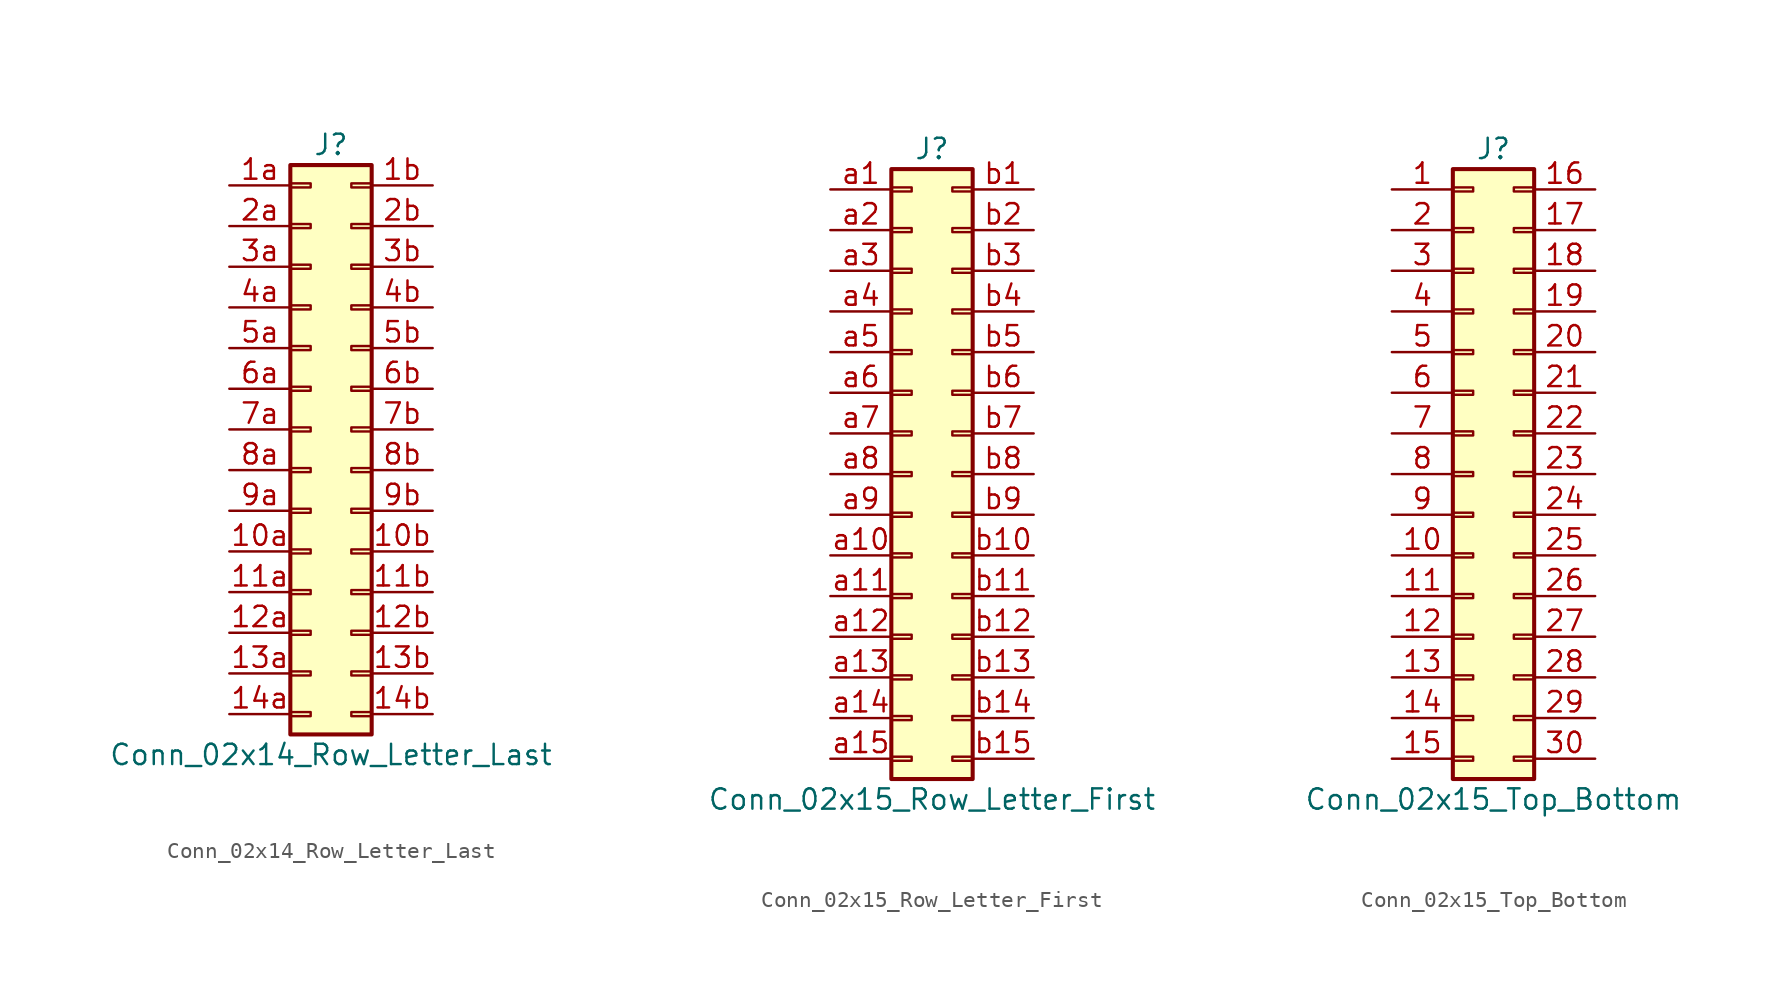
<source format=kicad_sym>
(kicad_symbol_lib
  (version 20220914)
  (generator kicad_symbol_editor)
  (symbol "Conn_02x14_Row_Letter_Last"
    (pin_names
      (offset 1.016) hide)
    (property "Reference" "J"
      (at 1.27 17.78 0)
      (effects (font (size 1.27 1.27))))
    (property "Value" "Conn_02x14_Row_Letter_Last"
      (at 1.27 -20.32 0)
      (effects (font (size 1.27 1.27))))
    (symbol "Conn_02x14_Row_Letter_Last_1_1"
      (rectangle (start -1.27 -17.653) (end 0 -17.907) (stroke (width 0.152) (type default)) (fill (type none)))
      (rectangle (start -1.27 -15.113) (end 0 -15.367) (stroke (width 0.152) (type default)) (fill (type none)))
      (rectangle (start -1.27 -12.573) (end 0 -12.827) (stroke (width 0.152) (type default)) (fill (type none)))
      (rectangle (start -1.27 -10.033) (end 0 -10.287) (stroke (width 0.152) (type default)) (fill (type none)))
      (rectangle (start -1.27 -7.493) (end 0 -7.747) (stroke (width 0.152) (type default)) (fill (type none)))
      (rectangle (start -1.27 -4.953) (end 0 -5.207) (stroke (width 0.152) (type default)) (fill (type none)))
      (rectangle (start -1.27 -2.413) (end 0 -2.667) (stroke (width 0.152) (type default)) (fill (type none)))
      (rectangle (start -1.27 0.127) (end 0 -0.127) (stroke (width 0.152) (type default)) (fill (type none)))
      (rectangle (start -1.27 2.667) (end 0 2.413) (stroke (width 0.152) (type default)) (fill (type none)))
      (rectangle (start -1.27 5.207) (end 0 4.953) (stroke (width 0.152) (type default)) (fill (type none)))
      (rectangle (start -1.27 7.747) (end 0 7.493) (stroke (width 0.152) (type default)) (fill (type none)))
      (rectangle (start -1.27 10.287) (end 0 10.033) (stroke (width 0.152) (type default)) (fill (type none)))
      (rectangle (start -1.27 12.827) (end 0 12.573) (stroke (width 0.152) (type default)) (fill (type none)))
      (rectangle (start -1.27 15.367) (end 0 15.113) (stroke (width 0.152) (type default)) (fill (type none)))
      (rectangle (start -1.27 16.51) (end 3.81 -19.05) (stroke (width 0.254) (type default)) (fill (type background)))
      (rectangle (start 3.81 -17.653) (end 2.54 -17.907) (stroke (width 0.152) (type default)) (fill (type none)))
      (rectangle (start 3.81 -15.113) (end 2.54 -15.367) (stroke (width 0.152) (type default)) (fill (type none)))
      (rectangle (start 3.81 -12.573) (end 2.54 -12.827) (stroke (width 0.152) (type default)) (fill (type none)))
      (rectangle (start 3.81 -10.033) (end 2.54 -10.287) (stroke (width 0.152) (type default)) (fill (type none)))
      (rectangle (start 3.81 -7.493) (end 2.54 -7.747) (stroke (width 0.152) (type default)) (fill (type none)))
      (rectangle (start 3.81 -4.953) (end 2.54 -5.207) (stroke (width 0.152) (type default)) (fill (type none)))
      (rectangle (start 3.81 -2.413) (end 2.54 -2.667) (stroke (width 0.152) (type default)) (fill (type none)))
      (rectangle (start 3.81 0.127) (end 2.54 -0.127) (stroke (width 0.152) (type default)) (fill (type none)))
      (rectangle (start 3.81 2.667) (end 2.54 2.413) (stroke (width 0.152) (type default)) (fill (type none)))
      (rectangle (start 3.81 5.207) (end 2.54 4.953) (stroke (width 0.152) (type default)) (fill (type none)))
      (rectangle (start 3.81 7.747) (end 2.54 7.493) (stroke (width 0.152) (type default)) (fill (type none)))
      (rectangle (start 3.81 10.287) (end 2.54 10.033) (stroke (width 0.152) (type default)) (fill (type none)))
      (rectangle (start 3.81 12.827) (end 2.54 12.573) (stroke (width 0.152) (type default)) (fill (type none)))
      (rectangle (start 3.81 15.367) (end 2.54 15.113) (stroke (width 0.152) (type default)) (fill (type none)))
      (pin passive line (at -5.08 -7.62 0) (length 3.81) (name "Pin_10a" (effects (font (size 1.27 1.27)))) (number "10a" (effects (font (size 1.27 1.27)))))
      (pin passive line (at 7.62 -7.62 180) (length 3.81) (name "Pin_10b" (effects (font (size 1.27 1.27)))) (number "10b" (effects (font (size 1.27 1.27)))))
      (pin passive line (at -5.08 -10.16 0) (length 3.81) (name "Pin_11a" (effects (font (size 1.27 1.27)))) (number "11a" (effects (font (size 1.27 1.27)))))
      (pin passive line (at 7.62 -10.16 180) (length 3.81) (name "Pin_11b" (effects (font (size 1.27 1.27)))) (number "11b" (effects (font (size 1.27 1.27)))))
      (pin passive line (at -5.08 -12.7 0) (length 3.81) (name "Pin_12a" (effects (font (size 1.27 1.27)))) (number "12a" (effects (font (size 1.27 1.27)))))
      (pin passive line (at 7.62 -12.7 180) (length 3.81) (name "Pin_12b" (effects (font (size 1.27 1.27)))) (number "12b" (effects (font (size 1.27 1.27)))))
      (pin passive line (at -5.08 -15.24 0) (length 3.81) (name "Pin_13a" (effects (font (size 1.27 1.27)))) (number "13a" (effects (font (size 1.27 1.27)))))
      (pin passive line (at 7.62 -15.24 180) (length 3.81) (name "Pin_13b" (effects (font (size 1.27 1.27)))) (number "13b" (effects (font (size 1.27 1.27)))))
      (pin passive line (at -5.08 -17.78 0) (length 3.81) (name "Pin_14a" (effects (font (size 1.27 1.27)))) (number "14a" (effects (font (size 1.27 1.27)))))
      (pin passive line (at 7.62 -17.78 180) (length 3.81) (name "Pin_14b" (effects (font (size 1.27 1.27)))) (number "14b" (effects (font (size 1.27 1.27)))))
      (pin passive line (at -5.08 15.24 0) (length 3.81) (name "Pin_1a" (effects (font (size 1.27 1.27)))) (number "1a" (effects (font (size 1.27 1.27)))))
      (pin passive line (at 7.62 15.24 180) (length 3.81) (name "Pin_1b" (effects (font (size 1.27 1.27)))) (number "1b" (effects (font (size 1.27 1.27)))))
      (pin passive line (at -5.08 12.7 0) (length 3.81) (name "Pin_2a" (effects (font (size 1.27 1.27)))) (number "2a" (effects (font (size 1.27 1.27)))))
      (pin passive line (at 7.62 12.7 180) (length 3.81) (name "Pin_2b" (effects (font (size 1.27 1.27)))) (number "2b" (effects (font (size 1.27 1.27)))))
      (pin passive line (at -5.08 10.16 0) (length 3.81) (name "Pin_3a" (effects (font (size 1.27 1.27)))) (number "3a" (effects (font (size 1.27 1.27)))))
      (pin passive line (at 7.62 10.16 180) (length 3.81) (name "Pin_3b" (effects (font (size 1.27 1.27)))) (number "3b" (effects (font (size 1.27 1.27)))))
      (pin passive line (at -5.08 7.62 0) (length 3.81) (name "Pin_4a" (effects (font (size 1.27 1.27)))) (number "4a" (effects (font (size 1.27 1.27)))))
      (pin passive line (at 7.62 7.62 180) (length 3.81) (name "Pin_4b" (effects (font (size 1.27 1.27)))) (number "4b" (effects (font (size 1.27 1.27)))))
      (pin passive line (at -5.08 5.08 0) (length 3.81) (name "Pin_5a" (effects (font (size 1.27 1.27)))) (number "5a" (effects (font (size 1.27 1.27)))))
      (pin passive line (at 7.62 5.08 180) (length 3.81) (name "Pin_5b" (effects (font (size 1.27 1.27)))) (number "5b" (effects (font (size 1.27 1.27)))))
      (pin passive line (at -5.08 2.54 0) (length 3.81) (name "Pin_6a" (effects (font (size 1.27 1.27)))) (number "6a" (effects (font (size 1.27 1.27)))))
      (pin passive line (at 7.62 2.54 180) (length 3.81) (name "Pin_6b" (effects (font (size 1.27 1.27)))) (number "6b" (effects (font (size 1.27 1.27)))))
      (pin passive line (at -5.08 0 0) (length 3.81) (name "Pin_7a" (effects (font (size 1.27 1.27)))) (number "7a" (effects (font (size 1.27 1.27)))))
      (pin passive line (at 7.62 0 180) (length 3.81) (name "Pin_7b" (effects (font (size 1.27 1.27)))) (number "7b" (effects (font (size 1.27 1.27)))))
      (pin passive line (at -5.08 -2.54 0) (length 3.81) (name "Pin_8a" (effects (font (size 1.27 1.27)))) (number "8a" (effects (font (size 1.27 1.27)))))
      (pin passive line (at 7.62 -2.54 180) (length 3.81) (name "Pin_8b" (effects (font (size 1.27 1.27)))) (number "8b" (effects (font (size 1.27 1.27)))))
      (pin passive line (at -5.08 -5.08 0) (length 3.81) (name "Pin_9a" (effects (font (size 1.27 1.27)))) (number "9a" (effects (font (size 1.27 1.27)))))
      (pin passive line (at 7.62 -5.08 180) (length 3.81) (name "Pin_9b" (effects (font (size 1.27 1.27)))) (number "9b" (effects (font (size 1.27 1.27)))))))
  (symbol "Conn_02x15_Row_Letter_First"
    (pin_names
      (offset 1.016) hide)
    (property "Reference" "J"
      (at 1.27 20.32 0)
      (effects (font (size 1.27 1.27))))
    (property "Value" "Conn_02x15_Row_Letter_First"
      (at 1.27 -20.32 0)
      (effects (font (size 1.27 1.27))))
    (symbol "Conn_02x15_Row_Letter_First_1_1"
      (rectangle (start -1.27 -17.653) (end 0 -17.907) (stroke (width 0.152) (type default)) (fill (type none)))
      (rectangle (start -1.27 -15.113) (end 0 -15.367) (stroke (width 0.152) (type default)) (fill (type none)))
      (rectangle (start -1.27 -12.573) (end 0 -12.827) (stroke (width 0.152) (type default)) (fill (type none)))
      (rectangle (start -1.27 -10.033) (end 0 -10.287) (stroke (width 0.152) (type default)) (fill (type none)))
      (rectangle (start -1.27 -7.493) (end 0 -7.747) (stroke (width 0.152) (type default)) (fill (type none)))
      (rectangle (start -1.27 -4.953) (end 0 -5.207) (stroke (width 0.152) (type default)) (fill (type none)))
      (rectangle (start -1.27 -2.413) (end 0 -2.667) (stroke (width 0.152) (type default)) (fill (type none)))
      (rectangle (start -1.27 0.127) (end 0 -0.127) (stroke (width 0.152) (type default)) (fill (type none)))
      (rectangle (start -1.27 2.667) (end 0 2.413) (stroke (width 0.152) (type default)) (fill (type none)))
      (rectangle (start -1.27 5.207) (end 0 4.953) (stroke (width 0.152) (type default)) (fill (type none)))
      (rectangle (start -1.27 7.747) (end 0 7.493) (stroke (width 0.152) (type default)) (fill (type none)))
      (rectangle (start -1.27 10.287) (end 0 10.033) (stroke (width 0.152) (type default)) (fill (type none)))
      (rectangle (start -1.27 12.827) (end 0 12.573) (stroke (width 0.152) (type default)) (fill (type none)))
      (rectangle (start -1.27 15.367) (end 0 15.113) (stroke (width 0.152) (type default)) (fill (type none)))
      (rectangle (start -1.27 17.907) (end 0 17.653) (stroke (width 0.152) (type default)) (fill (type none)))
      (rectangle (start -1.27 19.05) (end 3.81 -19.05) (stroke (width 0.254) (type default)) (fill (type background)))
      (rectangle (start 3.81 -17.653) (end 2.54 -17.907) (stroke (width 0.152) (type default)) (fill (type none)))
      (rectangle (start 3.81 -15.113) (end 2.54 -15.367) (stroke (width 0.152) (type default)) (fill (type none)))
      (rectangle (start 3.81 -12.573) (end 2.54 -12.827) (stroke (width 0.152) (type default)) (fill (type none)))
      (rectangle (start 3.81 -10.033) (end 2.54 -10.287) (stroke (width 0.152) (type default)) (fill (type none)))
      (rectangle (start 3.81 -7.493) (end 2.54 -7.747) (stroke (width 0.152) (type default)) (fill (type none)))
      (rectangle (start 3.81 -4.953) (end 2.54 -5.207) (stroke (width 0.152) (type default)) (fill (type none)))
      (rectangle (start 3.81 -2.413) (end 2.54 -2.667) (stroke (width 0.152) (type default)) (fill (type none)))
      (rectangle (start 3.81 0.127) (end 2.54 -0.127) (stroke (width 0.152) (type default)) (fill (type none)))
      (rectangle (start 3.81 2.667) (end 2.54 2.413) (stroke (width 0.152) (type default)) (fill (type none)))
      (rectangle (start 3.81 5.207) (end 2.54 4.953) (stroke (width 0.152) (type default)) (fill (type none)))
      (rectangle (start 3.81 7.747) (end 2.54 7.493) (stroke (width 0.152) (type default)) (fill (type none)))
      (rectangle (start 3.81 10.287) (end 2.54 10.033) (stroke (width 0.152) (type default)) (fill (type none)))
      (rectangle (start 3.81 12.827) (end 2.54 12.573) (stroke (width 0.152) (type default)) (fill (type none)))
      (rectangle (start 3.81 15.367) (end 2.54 15.113) (stroke (width 0.152) (type default)) (fill (type none)))
      (rectangle (start 3.81 17.907) (end 2.54 17.653) (stroke (width 0.152) (type default)) (fill (type none)))
      (pin passive line (at -5.08 17.78 0) (length 3.81) (name "Pin_a1" (effects (font (size 1.27 1.27)))) (number "a1" (effects (font (size 1.27 1.27)))))
      (pin passive line (at -5.08 -5.08 0) (length 3.81) (name "Pin_a10" (effects (font (size 1.27 1.27)))) (number "a10" (effects (font (size 1.27 1.27)))))
      (pin passive line (at -5.08 -7.62 0) (length 3.81) (name "Pin_a11" (effects (font (size 1.27 1.27)))) (number "a11" (effects (font (size 1.27 1.27)))))
      (pin passive line (at -5.08 -10.16 0) (length 3.81) (name "Pin_a12" (effects (font (size 1.27 1.27)))) (number "a12" (effects (font (size 1.27 1.27)))))
      (pin passive line (at -5.08 -12.7 0) (length 3.81) (name "Pin_a13" (effects (font (size 1.27 1.27)))) (number "a13" (effects (font (size 1.27 1.27)))))
      (pin passive line (at -5.08 -15.24 0) (length 3.81) (name "Pin_a14" (effects (font (size 1.27 1.27)))) (number "a14" (effects (font (size 1.27 1.27)))))
      (pin passive line (at -5.08 -17.78 0) (length 3.81) (name "Pin_a15" (effects (font (size 1.27 1.27)))) (number "a15" (effects (font (size 1.27 1.27)))))
      (pin passive line (at -5.08 15.24 0) (length 3.81) (name "Pin_a2" (effects (font (size 1.27 1.27)))) (number "a2" (effects (font (size 1.27 1.27)))))
      (pin passive line (at -5.08 12.7 0) (length 3.81) (name "Pin_a3" (effects (font (size 1.27 1.27)))) (number "a3" (effects (font (size 1.27 1.27)))))
      (pin passive line (at -5.08 10.16 0) (length 3.81) (name "Pin_a4" (effects (font (size 1.27 1.27)))) (number "a4" (effects (font (size 1.27 1.27)))))
      (pin passive line (at -5.08 7.62 0) (length 3.81) (name "Pin_a5" (effects (font (size 1.27 1.27)))) (number "a5" (effects (font (size 1.27 1.27)))))
      (pin passive line (at -5.08 5.08 0) (length 3.81) (name "Pin_a6" (effects (font (size 1.27 1.27)))) (number "a6" (effects (font (size 1.27 1.27)))))
      (pin passive line (at -5.08 2.54 0) (length 3.81) (name "Pin_a7" (effects (font (size 1.27 1.27)))) (number "a7" (effects (font (size 1.27 1.27)))))
      (pin passive line (at -5.08 0 0) (length 3.81) (name "Pin_a8" (effects (font (size 1.27 1.27)))) (number "a8" (effects (font (size 1.27 1.27)))))
      (pin passive line (at -5.08 -2.54 0) (length 3.81) (name "Pin_a9" (effects (font (size 1.27 1.27)))) (number "a9" (effects (font (size 1.27 1.27)))))
      (pin passive line (at 7.62 17.78 180) (length 3.81) (name "Pin_b1" (effects (font (size 1.27 1.27)))) (number "b1" (effects (font (size 1.27 1.27)))))
      (pin passive line (at 7.62 -5.08 180) (length 3.81) (name "Pin_b10" (effects (font (size 1.27 1.27)))) (number "b10" (effects (font (size 1.27 1.27)))))
      (pin passive line (at 7.62 -7.62 180) (length 3.81) (name "Pin_b11" (effects (font (size 1.27 1.27)))) (number "b11" (effects (font (size 1.27 1.27)))))
      (pin passive line (at 7.62 -10.16 180) (length 3.81) (name "Pin_b12" (effects (font (size 1.27 1.27)))) (number "b12" (effects (font (size 1.27 1.27)))))
      (pin passive line (at 7.62 -12.7 180) (length 3.81) (name "Pin_b13" (effects (font (size 1.27 1.27)))) (number "b13" (effects (font (size 1.27 1.27)))))
      (pin passive line (at 7.62 -15.24 180) (length 3.81) (name "Pin_b14" (effects (font (size 1.27 1.27)))) (number "b14" (effects (font (size 1.27 1.27)))))
      (pin passive line (at 7.62 -17.78 180) (length 3.81) (name "Pin_b15" (effects (font (size 1.27 1.27)))) (number "b15" (effects (font (size 1.27 1.27)))))
      (pin passive line (at 7.62 15.24 180) (length 3.81) (name "Pin_b2" (effects (font (size 1.27 1.27)))) (number "b2" (effects (font (size 1.27 1.27)))))
      (pin passive line (at 7.62 12.7 180) (length 3.81) (name "Pin_b3" (effects (font (size 1.27 1.27)))) (number "b3" (effects (font (size 1.27 1.27)))))
      (pin passive line (at 7.62 10.16 180) (length 3.81) (name "Pin_b4" (effects (font (size 1.27 1.27)))) (number "b4" (effects (font (size 1.27 1.27)))))
      (pin passive line (at 7.62 7.62 180) (length 3.81) (name "Pin_b5" (effects (font (size 1.27 1.27)))) (number "b5" (effects (font (size 1.27 1.27)))))
      (pin passive line (at 7.62 5.08 180) (length 3.81) (name "Pin_b6" (effects (font (size 1.27 1.27)))) (number "b6" (effects (font (size 1.27 1.27)))))
      (pin passive line (at 7.62 2.54 180) (length 3.81) (name "Pin_b7" (effects (font (size 1.27 1.27)))) (number "b7" (effects (font (size 1.27 1.27)))))
      (pin passive line (at 7.62 0 180) (length 3.81) (name "Pin_b8" (effects (font (size 1.27 1.27)))) (number "b8" (effects (font (size 1.27 1.27)))))
      (pin passive line (at 7.62 -2.54 180) (length 3.81) (name "Pin_b9" (effects (font (size 1.27 1.27)))) (number "b9" (effects (font (size 1.27 1.27)))))))
  (symbol "Conn_02x15_Top_Bottom"
    (pin_names
      (offset 1.016) hide)
    (property "Reference" "J"
      (at 1.27 20.32 0)
      (effects (font (size 1.27 1.27))))
    (property "Value" "Conn_02x15_Top_Bottom"
      (at 1.27 -20.32 0)
      (effects (font (size 1.27 1.27))))
    (symbol "Conn_02x15_Top_Bottom_1_1"
      (rectangle (start -1.27 -17.653) (end 0 -17.907) (stroke (width 0.152) (type default)) (fill (type none)))
      (rectangle (start -1.27 -15.113) (end 0 -15.367) (stroke (width 0.152) (type default)) (fill (type none)))
      (rectangle (start -1.27 -12.573) (end 0 -12.827) (stroke (width 0.152) (type default)) (fill (type none)))
      (rectangle (start -1.27 -10.033) (end 0 -10.287) (stroke (width 0.152) (type default)) (fill (type none)))
      (rectangle (start -1.27 -7.493) (end 0 -7.747) (stroke (width 0.152) (type default)) (fill (type none)))
      (rectangle (start -1.27 -4.953) (end 0 -5.207) (stroke (width 0.152) (type default)) (fill (type none)))
      (rectangle (start -1.27 -2.413) (end 0 -2.667) (stroke (width 0.152) (type default)) (fill (type none)))
      (rectangle (start -1.27 0.127) (end 0 -0.127) (stroke (width 0.152) (type default)) (fill (type none)))
      (rectangle (start -1.27 2.667) (end 0 2.413) (stroke (width 0.152) (type default)) (fill (type none)))
      (rectangle (start -1.27 5.207) (end 0 4.953) (stroke (width 0.152) (type default)) (fill (type none)))
      (rectangle (start -1.27 7.747) (end 0 7.493) (stroke (width 0.152) (type default)) (fill (type none)))
      (rectangle (start -1.27 10.287) (end 0 10.033) (stroke (width 0.152) (type default)) (fill (type none)))
      (rectangle (start -1.27 12.827) (end 0 12.573) (stroke (width 0.152) (type default)) (fill (type none)))
      (rectangle (start -1.27 15.367) (end 0 15.113) (stroke (width 0.152) (type default)) (fill (type none)))
      (rectangle (start -1.27 17.907) (end 0 17.653) (stroke (width 0.152) (type default)) (fill (type none)))
      (rectangle (start -1.27 19.05) (end 3.81 -19.05) (stroke (width 0.254) (type default)) (fill (type background)))
      (rectangle (start 3.81 -17.653) (end 2.54 -17.907) (stroke (width 0.152) (type default)) (fill (type none)))
      (rectangle (start 3.81 -15.113) (end 2.54 -15.367) (stroke (width 0.152) (type default)) (fill (type none)))
      (rectangle (start 3.81 -12.573) (end 2.54 -12.827) (stroke (width 0.152) (type default)) (fill (type none)))
      (rectangle (start 3.81 -10.033) (end 2.54 -10.287) (stroke (width 0.152) (type default)) (fill (type none)))
      (rectangle (start 3.81 -7.493) (end 2.54 -7.747) (stroke (width 0.152) (type default)) (fill (type none)))
      (rectangle (start 3.81 -4.953) (end 2.54 -5.207) (stroke (width 0.152) (type default)) (fill (type none)))
      (rectangle (start 3.81 -2.413) (end 2.54 -2.667) (stroke (width 0.152) (type default)) (fill (type none)))
      (rectangle (start 3.81 0.127) (end 2.54 -0.127) (stroke (width 0.152) (type default)) (fill (type none)))
      (rectangle (start 3.81 2.667) (end 2.54 2.413) (stroke (width 0.152) (type default)) (fill (type none)))
      (rectangle (start 3.81 5.207) (end 2.54 4.953) (stroke (width 0.152) (type default)) (fill (type none)))
      (rectangle (start 3.81 7.747) (end 2.54 7.493) (stroke (width 0.152) (type default)) (fill (type none)))
      (rectangle (start 3.81 10.287) (end 2.54 10.033) (stroke (width 0.152) (type default)) (fill (type none)))
      (rectangle (start 3.81 12.827) (end 2.54 12.573) (stroke (width 0.152) (type default)) (fill (type none)))
      (rectangle (start 3.81 15.367) (end 2.54 15.113) (stroke (width 0.152) (type default)) (fill (type none)))
      (rectangle (start 3.81 17.907) (end 2.54 17.653) (stroke (width 0.152) (type default)) (fill (type none)))
      (pin passive line (at -5.08 17.78 0) (length 3.81) (name "Pin_1" (effects (font (size 1.27 1.27)))) (number "1" (effects (font (size 1.27 1.27)))))
      (pin passive line (at -5.08 -5.08 0) (length 3.81) (name "Pin_10" (effects (font (size 1.27 1.27)))) (number "10" (effects (font (size 1.27 1.27)))))
      (pin passive line (at -5.08 -7.62 0) (length 3.81) (name "Pin_11" (effects (font (size 1.27 1.27)))) (number "11" (effects (font (size 1.27 1.27)))))
      (pin passive line (at -5.08 -10.16 0) (length 3.81) (name "Pin_12" (effects (font (size 1.27 1.27)))) (number "12" (effects (font (size 1.27 1.27)))))
      (pin passive line (at -5.08 -12.7 0) (length 3.81) (name "Pin_13" (effects (font (size 1.27 1.27)))) (number "13" (effects (font (size 1.27 1.27)))))
      (pin passive line (at -5.08 -15.24 0) (length 3.81) (name "Pin_14" (effects (font (size 1.27 1.27)))) (number "14" (effects (font (size 1.27 1.27)))))
      (pin passive line (at -5.08 -17.78 0) (length 3.81) (name "Pin_15" (effects (font (size 1.27 1.27)))) (number "15" (effects (font (size 1.27 1.27)))))
      (pin passive line (at 7.62 17.78 180) (length 3.81) (name "Pin_16" (effects (font (size 1.27 1.27)))) (number "16" (effects (font (size 1.27 1.27)))))
      (pin passive line (at 7.62 15.24 180) (length 3.81) (name "Pin_17" (effects (font (size 1.27 1.27)))) (number "17" (effects (font (size 1.27 1.27)))))
      (pin passive line (at 7.62 12.7 180) (length 3.81) (name "Pin_18" (effects (font (size 1.27 1.27)))) (number "18" (effects (font (size 1.27 1.27)))))
      (pin passive line (at 7.62 10.16 180) (length 3.81) (name "Pin_19" (effects (font (size 1.27 1.27)))) (number "19" (effects (font (size 1.27 1.27)))))
      (pin passive line (at -5.08 15.24 0) (length 3.81) (name "Pin_2" (effects (font (size 1.27 1.27)))) (number "2" (effects (font (size 1.27 1.27)))))
      (pin passive line (at 7.62 7.62 180) (length 3.81) (name "Pin_20" (effects (font (size 1.27 1.27)))) (number "20" (effects (font (size 1.27 1.27)))))
      (pin passive line (at 7.62 5.08 180) (length 3.81) (name "Pin_21" (effects (font (size 1.27 1.27)))) (number "21" (effects (font (size 1.27 1.27)))))
      (pin passive line (at 7.62 2.54 180) (length 3.81) (name "Pin_22" (effects (font (size 1.27 1.27)))) (number "22" (effects (font (size 1.27 1.27)))))
      (pin passive line (at 7.62 0 180) (length 3.81) (name "Pin_23" (effects (font (size 1.27 1.27)))) (number "23" (effects (font (size 1.27 1.27)))))
      (pin passive line (at 7.62 -2.54 180) (length 3.81) (name "Pin_24" (effects (font (size 1.27 1.27)))) (number "24" (effects (font (size 1.27 1.27)))))
      (pin passive line (at 7.62 -5.08 180) (length 3.81) (name "Pin_25" (effects (font (size 1.27 1.27)))) (number "25" (effects (font (size 1.27 1.27)))))
      (pin passive line (at 7.62 -7.62 180) (length 3.81) (name "Pin_26" (effects (font (size 1.27 1.27)))) (number "26" (effects (font (size 1.27 1.27)))))
      (pin passive line (at 7.62 -10.16 180) (length 3.81) (name "Pin_27" (effects (font (size 1.27 1.27)))) (number "27" (effects (font (size 1.27 1.27)))))
      (pin passive line (at 7.62 -12.7 180) (length 3.81) (name "Pin_28" (effects (font (size 1.27 1.27)))) (number "28" (effects (font (size 1.27 1.27)))))
      (pin passive line (at 7.62 -15.24 180) (length 3.81) (name "Pin_29" (effects (font (size 1.27 1.27)))) (number "29" (effects (font (size 1.27 1.27)))))
      (pin passive line (at -5.08 12.7 0) (length 3.81) (name "Pin_3" (effects (font (size 1.27 1.27)))) (number "3" (effects (font (size 1.27 1.27)))))
      (pin passive line (at 7.62 -17.78 180) (length 3.81) (name "Pin_30" (effects (font (size 1.27 1.27)))) (number "30" (effects (font (size 1.27 1.27)))))
      (pin passive line (at -5.08 10.16 0) (length 3.81) (name "Pin_4" (effects (font (size 1.27 1.27)))) (number "4" (effects (font (size 1.27 1.27)))))
      (pin passive line (at -5.08 7.62 0) (length 3.81) (name "Pin_5" (effects (font (size 1.27 1.27)))) (number "5" (effects (font (size 1.27 1.27)))))
      (pin passive line (at -5.08 5.08 0) (length 3.81) (name "Pin_6" (effects (font (size 1.27 1.27)))) (number "6" (effects (font (size 1.27 1.27)))))
      (pin passive line (at -5.08 2.54 0) (length 3.81) (name "Pin_7" (effects (font (size 1.27 1.27)))) (number "7" (effects (font (size 1.27 1.27)))))
      (pin passive line (at -5.08 0 0) (length 3.81) (name "Pin_8" (effects (font (size 1.27 1.27)))) (number "8" (effects (font (size 1.27 1.27)))))
      (pin passive line (at -5.08 -2.54 0) (length 3.81) (name "Pin_9" (effects (font (size 1.27 1.27)))) (number "9" (effects (font (size 1.27 1.27))))))))
</source>
